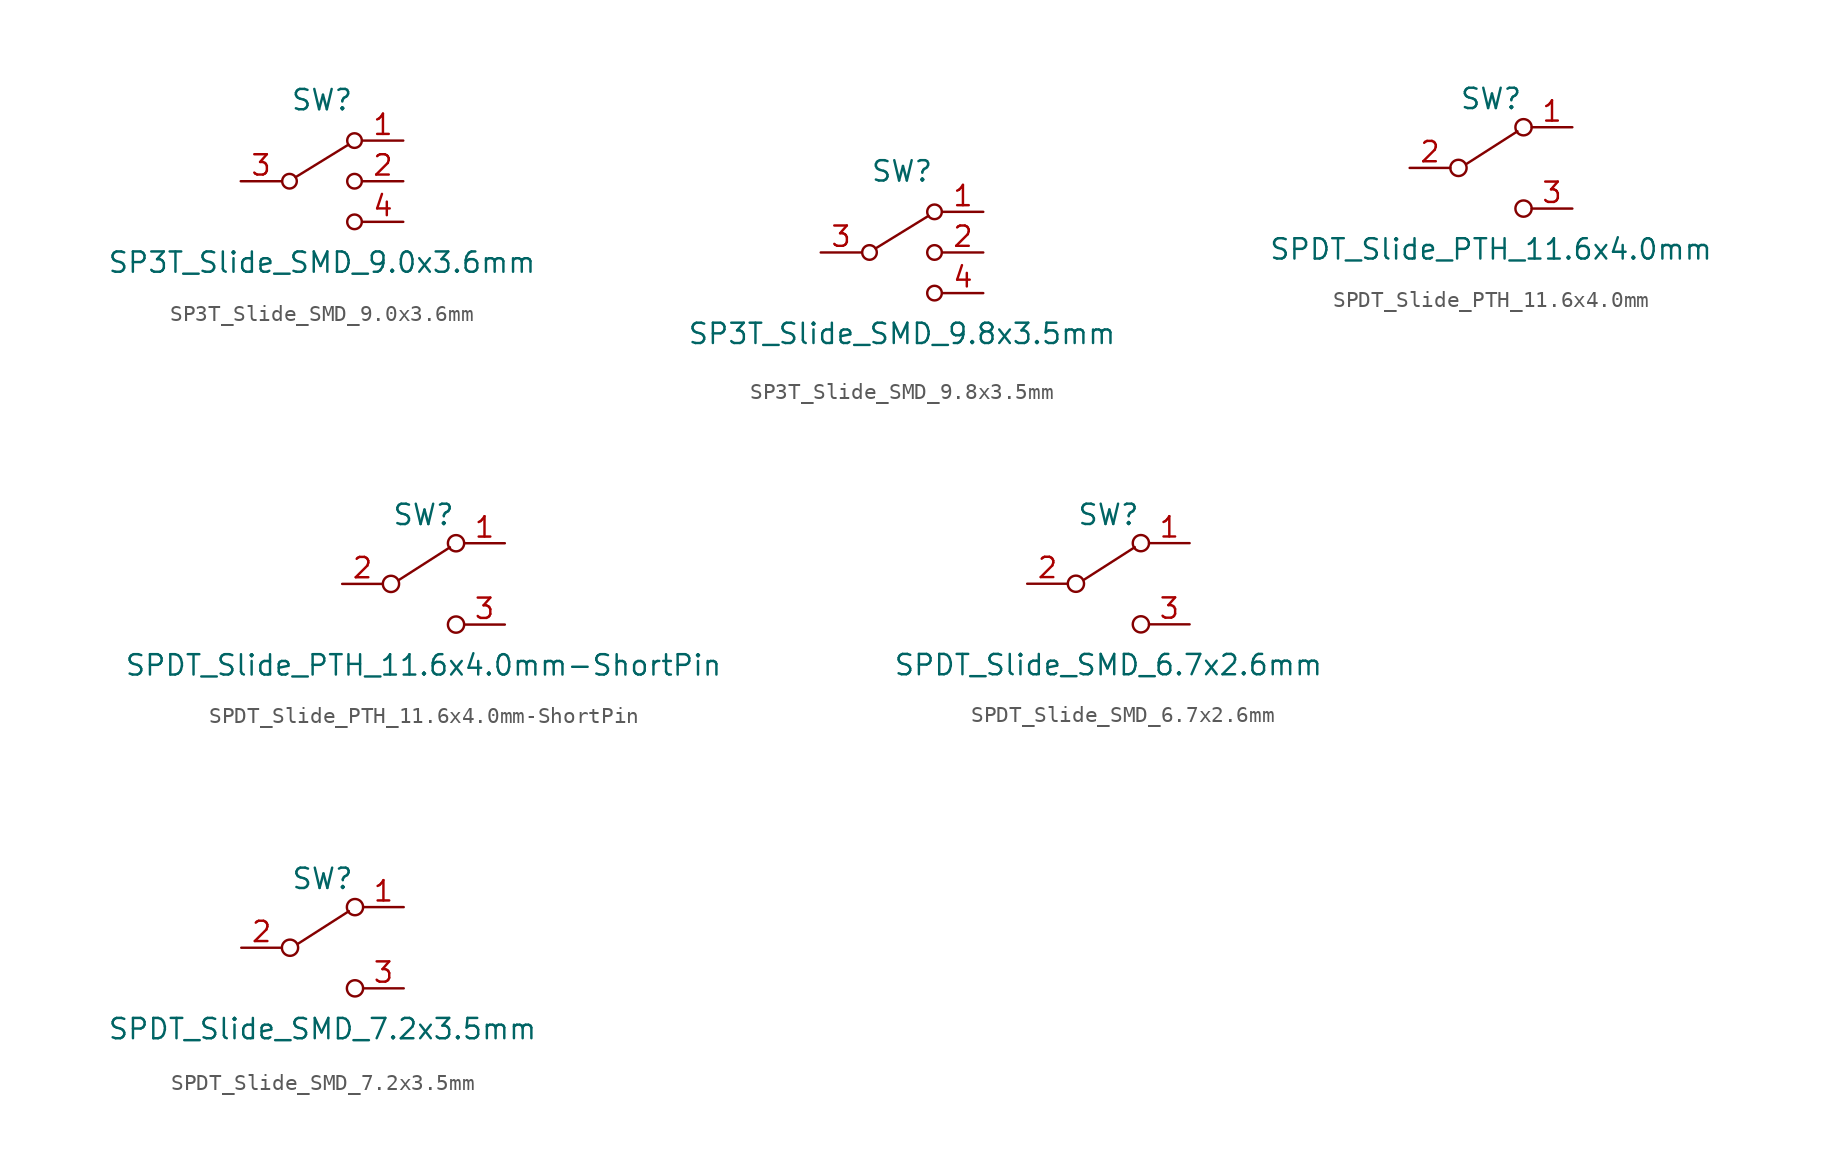
<source format=kicad_sym>
(kicad_symbol_lib
  (version 20241209)
  (generator "kicad_symbol_editor")
  (generator_version "9.0")
  (symbol "SP3T_Slide_SMD_9.0x3.6mm"
    (pin_names
      (offset 0)
      (hide yes))
    (property "Reference" "SW"
      (at 0 5.08 0)
      (effects (font (size 1.27 1.27))))
    (property "Value" "SP3T_Slide_SMD_9.0x3.6mm"
      (at 0 -5.08 0)
      (effects (font (size 1.27 1.27))))
    (symbol "SP3T_Slide_SMD_9.0x3.6mm_0_1"
      (circle (center -2.032 0) (radius 0.457) (stroke (width 0) (type default)) (fill (type none)))
      (polyline (pts (xy -1.651 0.254) (xy 1.651 2.286)) (stroke (width 0) (type default)) (fill (type none)))
      (circle (center 2.032 2.54) (radius 0.457) (stroke (width 0) (type default)) (fill (type none)))
      (circle (center 2.032 0) (radius 0.457) (stroke (width 0) (type default)) (fill (type none)))
      (circle (center 2.032 -2.54) (radius 0.457) (stroke (width 0) (type default)) (fill (type none))))
    (symbol "SP3T_Slide_SMD_9.0x3.6mm_1_1"
      (pin no_connect line (at -5.08 2.54 0) (length 2.54) (hide yes) (name "NC" (effects (font (size 1.27 1.27)))) (number "NC" (effects (font (size 1.27 1.27)))))
      (pin passive line (at -5.08 0 0) (length 2.54) (name "3" (effects (font (size 1.27 1.27)))) (number "3" (effects (font (size 1.27 1.27)))))
      (pin passive line (at 5.08 2.54 180) (length 2.54) (name "1" (effects (font (size 1.27 1.27)))) (number "1" (effects (font (size 1.27 1.27)))))
      (pin passive line (at 5.08 0 180) (length 2.54) (name "2" (effects (font (size 1.27 1.27)))) (number "2" (effects (font (size 1.27 1.27)))))
      (pin passive line (at 5.08 -2.54 180) (length 2.54) (name "4" (effects (font (size 1.27 1.27)))) (number "4" (effects (font (size 1.27 1.27)))))))
  (symbol "SP3T_Slide_SMD_9.8x3.5mm"
    (pin_names
      (offset 0)
      (hide yes))
    (property "Reference" "SW"
      (at 0 5.08 0)
      (effects (font (size 1.27 1.27))))
    (property "Value" "SP3T_Slide_SMD_9.8x3.5mm"
      (at 0 -5.08 0)
      (effects (font (size 1.27 1.27))))
    (symbol "SP3T_Slide_SMD_9.8x3.5mm_0_1"
      (circle (center -2.032 0) (radius 0.457) (stroke (width 0) (type default)) (fill (type none)))
      (polyline (pts (xy -1.651 0.254) (xy 1.651 2.286)) (stroke (width 0) (type default)) (fill (type none)))
      (circle (center 2.032 2.54) (radius 0.457) (stroke (width 0) (type default)) (fill (type none)))
      (circle (center 2.032 0) (radius 0.457) (stroke (width 0) (type default)) (fill (type none)))
      (circle (center 2.032 -2.54) (radius 0.457) (stroke (width 0) (type default)) (fill (type none))))
    (symbol "SP3T_Slide_SMD_9.8x3.5mm_1_1"
      (pin no_connect line (at -5.08 10.16 0) (length 2.54) (hide yes) (name "8" (effects (font (size 1.27 1.27)))) (number "8" (effects (font (size 1.27 1.27)))))
      (pin no_connect line (at -5.08 7.62 0) (length 2.54) (hide yes) (name "7" (effects (font (size 1.27 1.27)))) (number "7" (effects (font (size 1.27 1.27)))))
      (pin no_connect line (at -5.08 5.08 0) (length 2.54) (hide yes) (name "6" (effects (font (size 1.27 1.27)))) (number "6" (effects (font (size 1.27 1.27)))))
      (pin no_connect line (at -5.08 2.54 0) (length 2.54) (hide yes) (name "5" (effects (font (size 1.27 1.27)))) (number "5" (effects (font (size 1.27 1.27)))))
      (pin passive line (at -5.08 0 0) (length 2.54) (name "3" (effects (font (size 1.27 1.27)))) (number "3" (effects (font (size 1.27 1.27)))))
      (pin passive line (at 5.08 2.54 180) (length 2.54) (name "1" (effects (font (size 1.27 1.27)))) (number "1" (effects (font (size 1.27 1.27)))))
      (pin passive line (at 5.08 0 180) (length 2.54) (name "2" (effects (font (size 1.27 1.27)))) (number "2" (effects (font (size 1.27 1.27)))))
      (pin passive line (at 5.08 -2.54 180) (length 2.54) (name "4" (effects (font (size 1.27 1.27)))) (number "4" (effects (font (size 1.27 1.27)))))))
  (symbol "SPDT_Slide_PTH_11.6x4.0mm"
    (pin_names
      (offset 0)
      (hide yes))
    (property "Reference" "SW"
      (at 0 4.318 0)
      (effects (font (size 1.27 1.27))))
    (property "Value" "SPDT_Slide_PTH_11.6x4.0mm"
      (at 0 -5.08 0)
      (effects (font (size 1.27 1.27))))
    (symbol "SPDT_Slide_PTH_11.6x4.0mm_0_0"
      (circle (center -2.032 0) (radius 0.508) (stroke (width 0) (type default)) (fill (type none)))
      (circle (center 2.032 -2.54) (radius 0.508) (stroke (width 0) (type default)) (fill (type none))))
    (symbol "SPDT_Slide_PTH_11.6x4.0mm_0_1"
      (polyline (pts (xy -1.524 0.254) (xy 1.651 2.286)) (stroke (width 0) (type default)) (fill (type none)))
      (circle (center 2.032 2.54) (radius 0.508) (stroke (width 0) (type default)) (fill (type none))))
    (symbol "SPDT_Slide_PTH_11.6x4.0mm_1_1"
      (pin passive line (at -5.08 0 0) (length 2.54) (name "B" (effects (font (size 1.27 1.27)))) (number "2" (effects (font (size 1.27 1.27)))))
      (pin passive line (at 5.08 2.54 180) (length 2.54) (name "A" (effects (font (size 1.27 1.27)))) (number "1" (effects (font (size 1.27 1.27)))))
      (pin passive line (at 5.08 -2.54 180) (length 2.54) (name "C" (effects (font (size 1.27 1.27)))) (number "3" (effects (font (size 1.27 1.27)))))))
  (symbol "SPDT_Slide_PTH_11.6x4.0mm-ShortPin"
    (pin_names
      (offset 0)
      (hide yes))
    (property "Reference" "SW"
      (at 0 4.318 0)
      (effects (font (size 1.27 1.27))))
    (property "Value" "SPDT_Slide_PTH_11.6x4.0mm-ShortPin"
      (at 0 -5.08 0)
      (effects (font (size 1.27 1.27))))
    (symbol "SPDT_Slide_PTH_11.6x4.0mm-ShortPin_0_0"
      (circle (center -2.032 0) (radius 0.508) (stroke (width 0) (type default)) (fill (type none)))
      (circle (center 2.032 -2.54) (radius 0.508) (stroke (width 0) (type default)) (fill (type none))))
    (symbol "SPDT_Slide_PTH_11.6x4.0mm-ShortPin_0_1"
      (polyline (pts (xy -1.524 0.254) (xy 1.651 2.286)) (stroke (width 0) (type default)) (fill (type none)))
      (circle (center 2.032 2.54) (radius 0.508) (stroke (width 0) (type default)) (fill (type none))))
    (symbol "SPDT_Slide_PTH_11.6x4.0mm-ShortPin_1_1"
      (pin passive line (at -5.08 0 0) (length 2.54) (name "B" (effects (font (size 1.27 1.27)))) (number "2" (effects (font (size 1.27 1.27)))))
      (pin passive line (at 5.08 2.54 180) (length 2.54) (name "A" (effects (font (size 1.27 1.27)))) (number "1" (effects (font (size 1.27 1.27)))))
      (pin passive line (at 5.08 -2.54 180) (length 2.54) (name "C" (effects (font (size 1.27 1.27)))) (number "3" (effects (font (size 1.27 1.27)))))))
  (symbol "SPDT_Slide_SMD_6.7x2.6mm"
    (pin_names
      (offset 0)
      (hide yes))
    (property "Reference" "SW"
      (at 0 4.318 0)
      (effects (font (size 1.27 1.27))))
    (property "Value" "SPDT_Slide_SMD_6.7x2.6mm"
      (at 0 -5.08 0)
      (effects (font (size 1.27 1.27))))
    (symbol "SPDT_Slide_SMD_6.7x2.6mm_0_0"
      (circle (center -2.032 0) (radius 0.508) (stroke (width 0) (type default)) (fill (type none)))
      (circle (center 2.032 -2.54) (radius 0.508) (stroke (width 0) (type default)) (fill (type none))))
    (symbol "SPDT_Slide_SMD_6.7x2.6mm_0_1"
      (polyline (pts (xy -1.524 0.254) (xy 1.651 2.286)) (stroke (width 0) (type default)) (fill (type none)))
      (circle (center 2.032 2.54) (radius 0.508) (stroke (width 0) (type default)) (fill (type none))))
    (symbol "SPDT_Slide_SMD_6.7x2.6mm_1_1"
      (pin passive line (at -5.08 0 0) (length 2.54) (name "2" (effects (font (size 1.27 1.27)))) (number "2" (effects (font (size 1.27 1.27)))))
      (pin passive line (at 5.08 2.54 180) (length 2.54) (name "A" (effects (font (size 1.27 1.27)))) (number "1" (effects (font (size 1.27 1.27)))))
      (pin passive line (at 5.08 -2.54 180) (length 2.54) (name "C" (effects (font (size 1.27 1.27)))) (number "3" (effects (font (size 1.27 1.27)))))
      (pin no_connect line (at 15.24 2.54 180) (length 2.54) (hide yes) (name "MT1" (effects (font (size 1.27 1.27)))) (number "MT1" (effects (font (size 1.27 1.27)))))
      (pin no_connect line (at 15.24 0 180) (length 2.54) (hide yes) (name "MT2" (effects (font (size 1.27 1.27)))) (number "MT2" (effects (font (size 1.27 1.27)))))
      (pin no_connect line (at 15.24 -2.54 180) (length 2.54) (hide yes) (name "MT3" (effects (font (size 1.27 1.27)))) (number "MT3" (effects (font (size 1.27 1.27)))))
      (pin no_connect line (at 15.24 -5.08 180) (length 2.54) (hide yes) (name "MT4" (effects (font (size 1.27 1.27)))) (number "MT4" (effects (font (size 1.27 1.27)))))))
  (symbol "SPDT_Slide_SMD_7.2x3.5mm"
    (pin_names
      (offset 0)
      (hide yes))
    (property "Reference" "SW"
      (at 0 4.318 0)
      (effects (font (size 1.27 1.27))))
    (property "Value" "SPDT_Slide_SMD_7.2x3.5mm"
      (at 0 -5.08 0)
      (effects (font (size 1.27 1.27))))
    (symbol "SPDT_Slide_SMD_7.2x3.5mm_0_0"
      (circle (center -2.032 0) (radius 0.508) (stroke (width 0) (type default)) (fill (type none)))
      (circle (center 2.032 -2.54) (radius 0.508) (stroke (width 0) (type default)) (fill (type none))))
    (symbol "SPDT_Slide_SMD_7.2x3.5mm_0_1"
      (polyline (pts (xy -1.524 0.254) (xy 1.651 2.286)) (stroke (width 0) (type default)) (fill (type none)))
      (circle (center 2.032 2.54) (radius 0.508) (stroke (width 0) (type default)) (fill (type none))))
    (symbol "SPDT_Slide_SMD_7.2x3.5mm_1_1"
      (pin no_connect line (at -5.08 7.62 0) (length 2.54) (hide yes) (name "6" (effects (font (size 1.27 1.27)))) (number "6" (effects (font (size 1.27 1.27)))))
      (pin no_connect line (at -5.08 5.08 0) (length 2.54) (hide yes) (name "5" (effects (font (size 1.27 1.27)))) (number "5" (effects (font (size 1.27 1.27)))))
      (pin no_connect line (at -5.08 2.54 0) (length 2.54) (hide yes) (name "4" (effects (font (size 1.27 1.27)))) (number "4" (effects (font (size 1.27 1.27)))))
      (pin passive line (at -5.08 0 0) (length 2.54) (name "B" (effects (font (size 1.27 1.27)))) (number "2" (effects (font (size 1.27 1.27)))))
      (pin passive line (at 5.08 2.54 180) (length 2.54) (name "A" (effects (font (size 1.27 1.27)))) (number "1" (effects (font (size 1.27 1.27)))))
      (pin passive line (at 5.08 -2.54 180) (length 2.54) (name "C" (effects (font (size 1.27 1.27)))) (number "3" (effects (font (size 1.27 1.27))))))))
</source>
